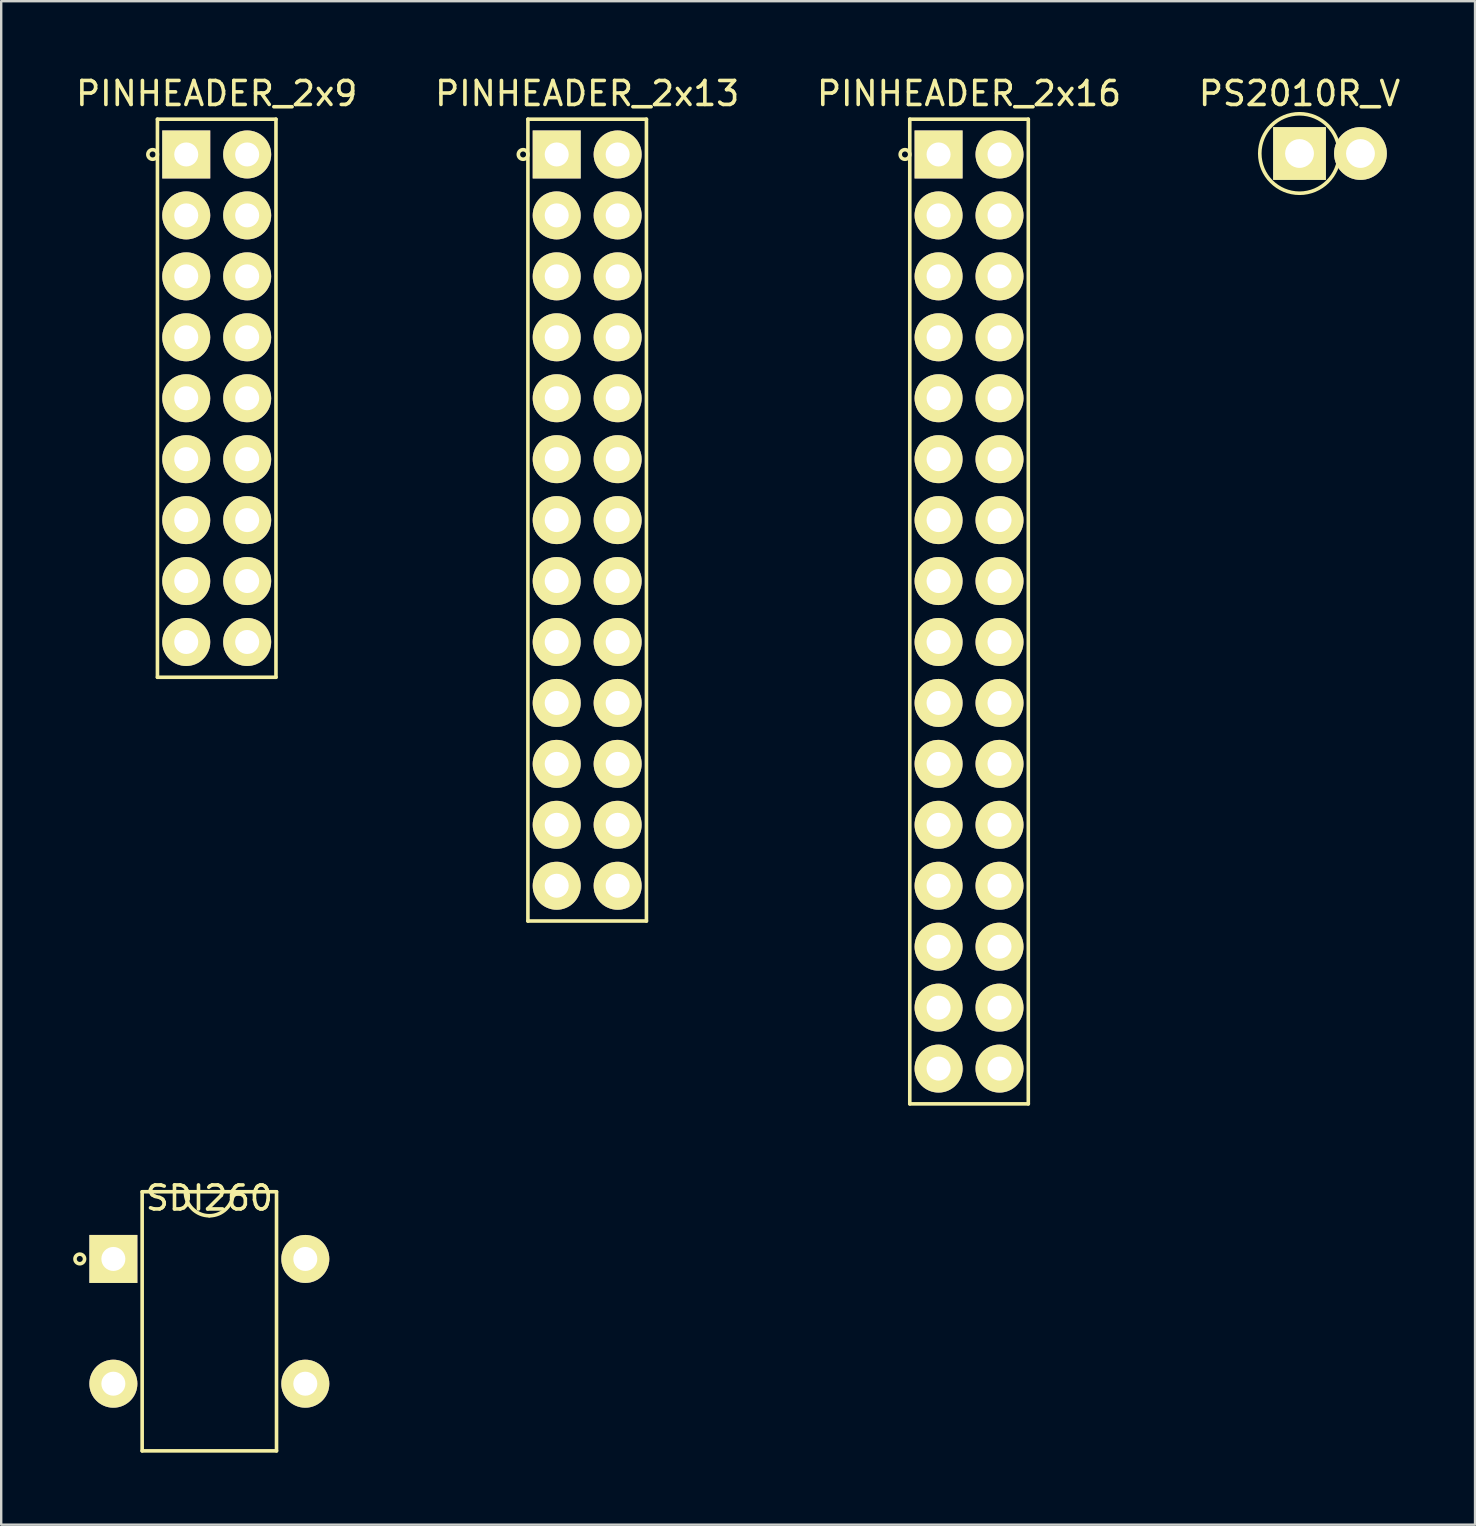
<source format=kicad_pcb>
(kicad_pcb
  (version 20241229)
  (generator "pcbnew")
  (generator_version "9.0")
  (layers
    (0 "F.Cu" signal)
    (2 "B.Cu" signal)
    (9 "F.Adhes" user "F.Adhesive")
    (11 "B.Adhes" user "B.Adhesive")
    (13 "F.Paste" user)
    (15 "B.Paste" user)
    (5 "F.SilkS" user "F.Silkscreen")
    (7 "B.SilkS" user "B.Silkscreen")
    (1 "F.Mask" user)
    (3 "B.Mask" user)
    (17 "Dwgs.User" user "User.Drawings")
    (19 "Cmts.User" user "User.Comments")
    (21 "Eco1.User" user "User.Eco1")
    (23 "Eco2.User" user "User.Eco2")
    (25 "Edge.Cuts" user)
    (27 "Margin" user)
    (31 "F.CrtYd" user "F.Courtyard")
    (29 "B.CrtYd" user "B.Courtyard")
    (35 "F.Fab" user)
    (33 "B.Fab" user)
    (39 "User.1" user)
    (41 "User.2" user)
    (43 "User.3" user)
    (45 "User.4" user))
  (footprint "PINHEADER_2x9"
    (layer "F.Cu")
    (at 4.712 3.388)
    (property "Reference" "PINHEADER_2x9" (at 1.27 -2.54 0) (layer "F.SilkS") (effects (font (size 1 1) (thickness 0.15))))
    (attr through_hole)
    (fp_line (start -1.2 -1.47) (end 3.74 -1.47) (stroke (width 0.15) (type solid)) (layer "F.SilkS"))
    (fp_line (start -1.2 21.79) (end -1.2 -1.47) (stroke (width 0.15) (type solid)) (layer "F.SilkS"))
    (fp_line (start 3.74 -1.47) (end 3.74 21.79) (stroke (width 0.15) (type solid)) (layer "F.SilkS"))
    (fp_line (start 3.74 21.79) (end -1.2 21.79) (stroke (width 0.15) (type solid)) (layer "F.SilkS"))
    (fp_circle (center -1.4 0) (end -1.4 0.2) (stroke (width 0.15) (type solid)) (fill no) (layer "F.SilkS"))
    (pad "1" thru_hole rect (at 0 0) (size 2 2) (drill 1) (layers "*.Cu" "*.Mask" "F.SilkS"))
    (pad "2" thru_hole circle (at 0 2.54) (size 2 2) (drill 1) (layers "*.Cu" "*.Mask" "F.SilkS"))
    (pad "3" thru_hole circle (at 0 5.08) (size 2 2) (drill 1) (layers "*.Cu" "*.Mask" "F.SilkS"))
    (pad "4" thru_hole circle (at 0 7.62) (size 2 2) (drill 1) (layers "*.Cu" "*.Mask" "F.SilkS"))
    (pad "5" thru_hole circle (at 0 10.16) (size 2 2) (drill 1) (layers "*.Cu" "*.Mask" "F.SilkS"))
    (pad "6" thru_hole circle (at 0 12.7) (size 2 2) (drill 1) (layers "*.Cu" "*.Mask" "F.SilkS"))
    (pad "7" thru_hole circle (at 0 15.24) (size 2 2) (drill 1) (layers "*.Cu" "*.Mask" "F.SilkS"))
    (pad "8" thru_hole circle (at 0 17.78) (size 2 2) (drill 1) (layers "*.Cu" "*.Mask" "F.SilkS"))
    (pad "9" thru_hole circle (at 0 20.32) (size 2 2) (drill 1) (layers "*.Cu" "*.Mask" "F.SilkS"))
    (pad "10" thru_hole circle (at 2.54 20.32) (size 2 2) (drill 1) (layers "*.Cu" "*.Mask" "F.SilkS"))
    (pad "11" thru_hole circle (at 2.54 17.78) (size 2 2) (drill 1) (layers "*.Cu" "*.Mask" "F.SilkS"))
    (pad "12" thru_hole circle (at 2.54 15.24) (size 2 2) (drill 1) (layers "*.Cu" "*.Mask" "F.SilkS"))
    (pad "13" thru_hole circle (at 2.54 12.7) (size 2 2) (drill 1) (layers "*.Cu" "*.Mask" "F.SilkS"))
    (pad "14" thru_hole circle (at 2.54 10.16) (size 2 2) (drill 1) (layers "*.Cu" "*.Mask" "F.SilkS"))
    (pad "15" thru_hole circle (at 2.54 7.62) (size 2 2) (drill 1) (layers "*.Cu" "*.Mask" "F.SilkS"))
    (pad "16" thru_hole circle (at 2.54 5.08) (size 2 2) (drill 1) (layers "*.Cu" "*.Mask" "F.SilkS"))
    (pad "17" thru_hole circle (at 2.54 2.54) (size 2 2) (drill 1) (layers "*.Cu" "*.Mask" "F.SilkS"))
    (pad "18" thru_hole circle (at 2.54 0) (size 2 2) (drill 1) (layers "*.Cu" "*.Mask" "F.SilkS")))
  (footprint "SDI260"
    (layer "F.Cu")
    (at 1.675 49.422)
    (property "Reference" "SDI260" (at 4 -2.54 0) (layer "F.SilkS") (effects (font (size 1 1) (thickness 0.15))))
    (attr through_hole)
    (fp_line (start 1.2 -2.8) (end 6.8 -2.8) (stroke (width 0.15) (type solid)) (layer "F.SilkS"))
    (fp_line (start 1.2 8) (end 1.2 -2.8) (stroke (width 0.15) (type solid)) (layer "F.SilkS"))
    (fp_line (start 6.8 -2.8) (end 6.8 8) (stroke (width 0.15) (type solid)) (layer "F.SilkS"))
    (fp_line (start 6.8 8) (end 1.2 8) (stroke (width 0.15) (type solid)) (layer "F.SilkS"))
    (fp_arc (start 4 -1.8) (mid 3.292893 -2.092893) (end 3 -2.8) (stroke (width 0.15) (type solid)) (layer "F.SilkS"))
    (fp_arc (start 5 -2.8) (mid 4.707107 -2.092893) (end 4 -1.8) (stroke (width 0.15) (type solid)) (layer "F.SilkS"))
    (fp_circle (center -1.4 0) (end -1.4 0.2) (stroke (width 0.15) (type solid)) (fill no) (layer "F.SilkS"))
    (pad "1" thru_hole rect (at 0 0) (size 2 2) (drill 1) (layers "*.Cu" "*.Mask" "F.SilkS"))
    (pad "2" thru_hole circle (at 0 5.2) (size 2 2) (drill 1) (layers "*.Cu" "*.Mask" "F.SilkS"))
    (pad "3" thru_hole circle (at 8 5.2) (size 2 2) (drill 1) (layers "*.Cu" "*.Mask" "F.SilkS"))
    (pad "4" thru_hole circle (at 8 0) (size 2 2) (drill 1) (layers "*.Cu" "*.Mask" "F.SilkS")))
  (footprint "PINHEADER_2x13"
    (layer "F.Cu")
    (at 20.153 3.388)
    (property "Reference" "PINHEADER_2x13" (at 1.27 -2.54 0) (layer "F.SilkS") (effects (font (size 1 1) (thickness 0.15))))
    (attr through_hole)
    (fp_line (start -1.2 -1.47) (end 3.74 -1.47) (stroke (width 0.15) (type solid)) (layer "F.SilkS"))
    (fp_line (start -1.2 31.95) (end -1.2 -1.47) (stroke (width 0.15) (type solid)) (layer "F.SilkS"))
    (fp_line (start 3.74 -1.47) (end 3.74 31.95) (stroke (width 0.15) (type solid)) (layer "F.SilkS"))
    (fp_line (start 3.74 31.95) (end -1.2 31.95) (stroke (width 0.15) (type solid)) (layer "F.SilkS"))
    (fp_circle (center -1.4 0) (end -1.4 0.2) (stroke (width 0.15) (type solid)) (fill no) (layer "F.SilkS"))
    (pad "1" thru_hole rect (at 0 0) (size 2 2) (drill 1) (layers "*.Cu" "*.Mask" "F.SilkS"))
    (pad "2" thru_hole circle (at 0 2.54) (size 2 2) (drill 1) (layers "*.Cu" "*.Mask" "F.SilkS"))
    (pad "3" thru_hole circle (at 0 5.08) (size 2 2) (drill 1) (layers "*.Cu" "*.Mask" "F.SilkS"))
    (pad "4" thru_hole circle (at 0 7.62) (size 2 2) (drill 1) (layers "*.Cu" "*.Mask" "F.SilkS"))
    (pad "5" thru_hole circle (at 0 10.16) (size 2 2) (drill 1) (layers "*.Cu" "*.Mask" "F.SilkS"))
    (pad "6" thru_hole circle (at 0 12.7) (size 2 2) (drill 1) (layers "*.Cu" "*.Mask" "F.SilkS"))
    (pad "7" thru_hole circle (at 0 15.24) (size 2 2) (drill 1) (layers "*.Cu" "*.Mask" "F.SilkS"))
    (pad "8" thru_hole circle (at 0 17.78) (size 2 2) (drill 1) (layers "*.Cu" "*.Mask" "F.SilkS"))
    (pad "9" thru_hole circle (at 0 20.32) (size 2 2) (drill 1) (layers "*.Cu" "*.Mask" "F.SilkS"))
    (pad "10" thru_hole circle (at 0 22.86) (size 2 2) (drill 1) (layers "*.Cu" "*.Mask" "F.SilkS"))
    (pad "11" thru_hole circle (at 0 25.4) (size 2 2) (drill 1) (layers "*.Cu" "*.Mask" "F.SilkS"))
    (pad "12" thru_hole circle (at 0 27.94) (size 2 2) (drill 1) (layers "*.Cu" "*.Mask" "F.SilkS"))
    (pad "13" thru_hole circle (at 0 30.48) (size 2 2) (drill 1) (layers "*.Cu" "*.Mask" "F.SilkS"))
    (pad "14" thru_hole circle (at 2.54 30.48) (size 2 2) (drill 1) (layers "*.Cu" "*.Mask" "F.SilkS"))
    (pad "15" thru_hole circle (at 2.54 27.94) (size 2 2) (drill 1) (layers "*.Cu" "*.Mask" "F.SilkS"))
    (pad "16" thru_hole circle (at 2.54 25.4) (size 2 2) (drill 1) (layers "*.Cu" "*.Mask" "F.SilkS"))
    (pad "17" thru_hole circle (at 2.54 22.86) (size 2 2) (drill 1) (layers "*.Cu" "*.Mask" "F.SilkS"))
    (pad "18" thru_hole circle (at 2.54 20.32) (size 2 2) (drill 1) (layers "*.Cu" "*.Mask" "F.SilkS"))
    (pad "19" thru_hole circle (at 2.54 17.78) (size 2 2) (drill 1) (layers "*.Cu" "*.Mask" "F.SilkS"))
    (pad "20" thru_hole circle (at 2.54 15.24) (size 2 2) (drill 1) (layers "*.Cu" "*.Mask" "F.SilkS"))
    (pad "21" thru_hole circle (at 2.54 12.7) (size 2 2) (drill 1) (layers "*.Cu" "*.Mask" "F.SilkS"))
    (pad "22" thru_hole circle (at 2.54 10.16) (size 2 2) (drill 1) (layers "*.Cu" "*.Mask" "F.SilkS"))
    (pad "23" thru_hole circle (at 2.54 7.62) (size 2 2) (drill 1) (layers "*.Cu" "*.Mask" "F.SilkS"))
    (pad "24" thru_hole circle (at 2.54 5.08) (size 2 2) (drill 1) (layers "*.Cu" "*.Mask" "F.SilkS"))
    (pad "25" thru_hole circle (at 2.54 2.54) (size 2 2) (drill 1) (layers "*.Cu" "*.Mask" "F.SilkS"))
    (pad "26" thru_hole circle (at 2.54 0) (size 2 2) (drill 1) (layers "*.Cu" "*.Mask" "F.SilkS")))
  (footprint "PINHEADER_2x16"
    (layer "F.Cu")
    (at 36.069 3.388)
    (property "Reference" "PINHEADER_2x16" (at 1.27 -2.54 0) (layer "F.SilkS") (effects (font (size 1 1) (thickness 0.15))))
    (attr through_hole)
    (fp_line (start -1.2 -1.47) (end 3.74 -1.47) (stroke (width 0.15) (type solid)) (layer "F.SilkS"))
    (fp_line (start -1.2 39.57) (end -1.2 -1.47) (stroke (width 0.15) (type solid)) (layer "F.SilkS"))
    (fp_line (start 3.74 -1.47) (end 3.74 39.57) (stroke (width 0.15) (type solid)) (layer "F.SilkS"))
    (fp_line (start 3.74 39.57) (end -1.2 39.57) (stroke (width 0.15) (type solid)) (layer "F.SilkS"))
    (fp_circle (center -1.4 0) (end -1.4 0.2) (stroke (width 0.15) (type solid)) (fill no) (layer "F.SilkS"))
    (pad "1" thru_hole rect (at 0 0) (size 2 2) (drill 1) (layers "*.Cu" "*.Mask" "F.SilkS"))
    (pad "2" thru_hole circle (at 0 2.54) (size 2 2) (drill 1) (layers "*.Cu" "*.Mask" "F.SilkS"))
    (pad "3" thru_hole circle (at 0 5.08) (size 2 2) (drill 1) (layers "*.Cu" "*.Mask" "F.SilkS"))
    (pad "4" thru_hole circle (at 0 7.62) (size 2 2) (drill 1) (layers "*.Cu" "*.Mask" "F.SilkS"))
    (pad "5" thru_hole circle (at 0 10.16) (size 2 2) (drill 1) (layers "*.Cu" "*.Mask" "F.SilkS"))
    (pad "6" thru_hole circle (at 0 12.7) (size 2 2) (drill 1) (layers "*.Cu" "*.Mask" "F.SilkS"))
    (pad "7" thru_hole circle (at 0 15.24) (size 2 2) (drill 1) (layers "*.Cu" "*.Mask" "F.SilkS"))
    (pad "8" thru_hole circle (at 0 17.78) (size 2 2) (drill 1) (layers "*.Cu" "*.Mask" "F.SilkS"))
    (pad "9" thru_hole circle (at 0 20.32) (size 2 2) (drill 1) (layers "*.Cu" "*.Mask" "F.SilkS"))
    (pad "10" thru_hole circle (at 0 22.86) (size 2 2) (drill 1) (layers "*.Cu" "*.Mask" "F.SilkS"))
    (pad "11" thru_hole circle (at 0 25.4) (size 2 2) (drill 1) (layers "*.Cu" "*.Mask" "F.SilkS"))
    (pad "12" thru_hole circle (at 0 27.94) (size 2 2) (drill 1) (layers "*.Cu" "*.Mask" "F.SilkS"))
    (pad "13" thru_hole circle (at 0 30.48) (size 2 2) (drill 1) (layers "*.Cu" "*.Mask" "F.SilkS"))
    (pad "14" thru_hole circle (at 0 33.02) (size 2 2) (drill 1) (layers "*.Cu" "*.Mask" "F.SilkS"))
    (pad "15" thru_hole circle (at 0 35.56) (size 2 2) (drill 1) (layers "*.Cu" "*.Mask" "F.SilkS"))
    (pad "16" thru_hole circle (at 0 38.1) (size 2 2) (drill 1) (layers "*.Cu" "*.Mask" "F.SilkS"))
    (pad "17" thru_hole circle (at 2.54 38.1) (size 2 2) (drill 1) (layers "*.Cu" "*.Mask" "F.SilkS"))
    (pad "18" thru_hole circle (at 2.54 35.56) (size 2 2) (drill 1) (layers "*.Cu" "*.Mask" "F.SilkS"))
    (pad "19" thru_hole circle (at 2.54 33.02) (size 2 2) (drill 1) (layers "*.Cu" "*.Mask" "F.SilkS"))
    (pad "20" thru_hole circle (at 2.54 30.48) (size 2 2) (drill 1) (layers "*.Cu" "*.Mask" "F.SilkS"))
    (pad "21" thru_hole circle (at 2.54 27.94) (size 2 2) (drill 1) (layers "*.Cu" "*.Mask" "F.SilkS"))
    (pad "22" thru_hole circle (at 2.54 25.4) (size 2 2) (drill 1) (layers "*.Cu" "*.Mask" "F.SilkS"))
    (pad "23" thru_hole circle (at 2.54 22.86) (size 2 2) (drill 1) (layers "*.Cu" "*.Mask" "F.SilkS"))
    (pad "24" thru_hole circle (at 2.54 20.32) (size 2 2) (drill 1) (layers "*.Cu" "*.Mask" "F.SilkS"))
    (pad "25" thru_hole circle (at 2.54 17.78) (size 2 2) (drill 1) (layers "*.Cu" "*.Mask" "F.SilkS"))
    (pad "26" thru_hole circle (at 2.54 15.24) (size 2 2) (drill 1) (layers "*.Cu" "*.Mask" "F.SilkS"))
    (pad "27" thru_hole circle (at 2.54 12.7) (size 2 2) (drill 1) (layers "*.Cu" "*.Mask" "F.SilkS"))
    (pad "28" thru_hole circle (at 2.54 10.16) (size 2 2) (drill 1) (layers "*.Cu" "*.Mask" "F.SilkS"))
    (pad "29" thru_hole circle (at 2.54 7.62) (size 2 2) (drill 1) (layers "*.Cu" "*.Mask" "F.SilkS"))
    (pad "30" thru_hole circle (at 2.54 5.08) (size 2 2) (drill 1) (layers "*.Cu" "*.Mask" "F.SilkS"))
    (pad "31" thru_hole circle (at 2.54 2.54) (size 2 2) (drill 1) (layers "*.Cu" "*.Mask" "F.SilkS"))
    (pad "32" thru_hole circle (at 2.54 0) (size 2 2) (drill 1) (layers "*.Cu" "*.Mask" "F.SilkS")))
  (footprint "PS2010R_V"
    (layer "F.Cu")
    (at 51.113 3.348)
    (property "Reference" "PS2010R_V" (at 0 -2.5 0) (layer "F.SilkS") (effects (font (size 1 1) (thickness 0.15))))
    (attr through_hole)
    (fp_circle (center 0 0) (end 0 -1.656) (stroke (width 0.15) (type solid)) (fill no) (layer "F.SilkS"))
    (pad "1" thru_hole rect (at 0 0) (size 2.2 2.2) (drill 1.2) (layers "*.Cu" "*.Mask" "F.SilkS"))
    (pad "2" thru_hole circle (at 2.54 0) (size 2.2 2.2) (drill 1.2) (layers "*.Cu" "*.Mask" "F.SilkS")))
  (gr_rect
    (start -3 -3)
    (end 58.429 60.496)
    (stroke (width 0.1) (type default))
    (fill no)
    (layer "Edge.Cuts")))
</source>
